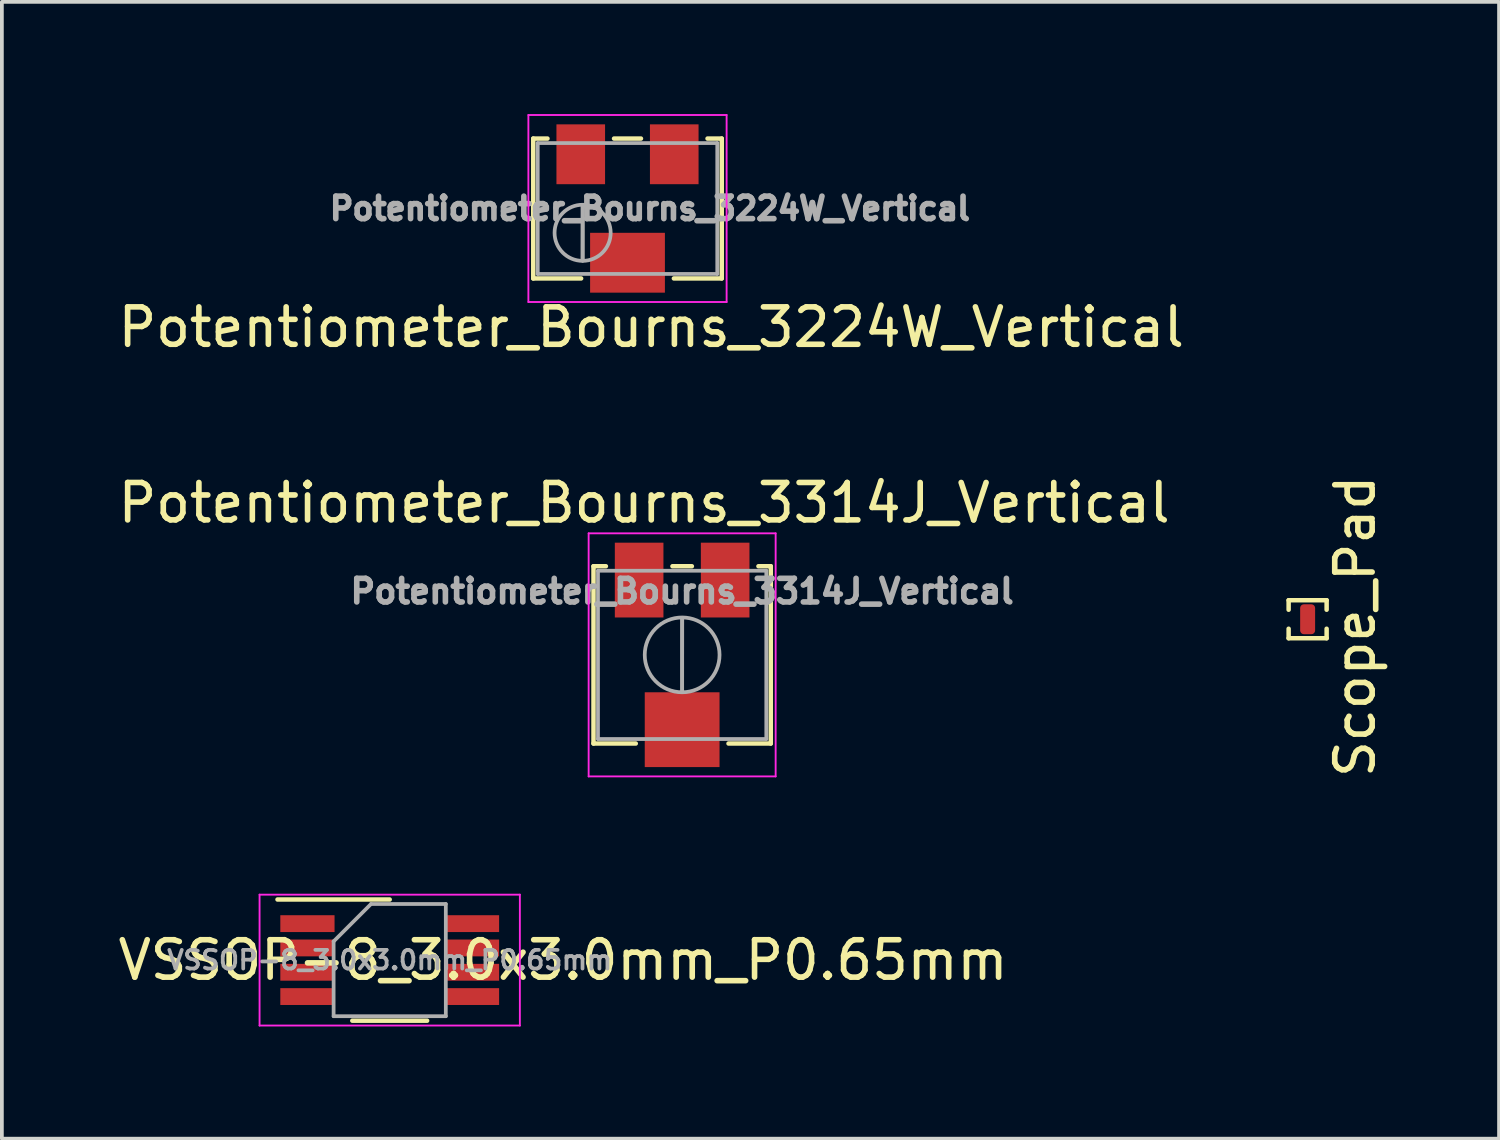
<source format=kicad_pcb>
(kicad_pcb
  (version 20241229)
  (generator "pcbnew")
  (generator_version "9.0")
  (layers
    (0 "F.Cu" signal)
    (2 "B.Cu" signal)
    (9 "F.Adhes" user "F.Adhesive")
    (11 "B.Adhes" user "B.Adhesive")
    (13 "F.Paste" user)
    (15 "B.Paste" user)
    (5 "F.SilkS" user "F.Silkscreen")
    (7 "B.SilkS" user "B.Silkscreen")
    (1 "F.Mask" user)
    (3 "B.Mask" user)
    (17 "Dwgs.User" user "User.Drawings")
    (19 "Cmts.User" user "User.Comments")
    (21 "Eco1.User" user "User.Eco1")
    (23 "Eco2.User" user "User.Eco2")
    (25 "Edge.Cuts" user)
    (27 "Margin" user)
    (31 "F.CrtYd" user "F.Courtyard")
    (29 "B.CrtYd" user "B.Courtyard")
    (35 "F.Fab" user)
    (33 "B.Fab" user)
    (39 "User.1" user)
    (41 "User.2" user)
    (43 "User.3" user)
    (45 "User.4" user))
  (footprint "Scope_Pad"
    (layer "F.Cu")
    (at 31.913 13.761)
    (property "Reference" "Scope_Pad" (at 1.27 -0.064 90) (layer "F.SilkS") (effects (font (size 1 1) (thickness 0.15))))
    (attr smd)
    (fp_line (start -0.508 -0.762) (end -0.508 -0.508) (stroke (width 0.12) (type solid)) (layer "F.SilkS"))
    (fp_line (start -0.508 -0.762) (end 0.508 -0.762) (stroke (width 0.12) (type solid)) (layer "F.SilkS"))
    (fp_line (start -0.508 0.254) (end -0.508 0) (stroke (width 0.12) (type solid)) (layer "F.SilkS"))
    (fp_line (start 0.508 -0.762) (end 0.508 -0.508) (stroke (width 0.12) (type solid)) (layer "F.SilkS"))
    (fp_line (start 0.508 0.254) (end -0.508 0.254) (stroke (width 0.12) (type solid)) (layer "F.SilkS"))
    (fp_line (start 0.508 0.254) (end 0.508 0) (stroke (width 0.12) (type solid)) (layer "F.SilkS"))
    (pad "1" smd roundrect (at 0 -0.254) (size 0.4 0.8) (layers "F.Cu" "F.Mask" "F.Paste") (roundrect_rratio 0.25)))
  (footprint "Potentiometer_Bourns_3224W_Vertical"
    (layer "F.Cu")
    (at 13.728 2.525)
    (property "Reference" "Potentiometer_Bourns_3224W_Vertical" (at 0.635 3.175 180) (layer "F.SilkS") (effects (font (size 1 1) (thickness 0.15))))
    (attr smd)
    (fp_line (start -2.52 -1.87) (end -2.52 1.87) (stroke (width 0.12) (type solid)) (layer "F.SilkS"))
    (fp_line (start -2.52 -1.87) (end -2.14 -1.87) (stroke (width 0.12) (type solid)) (layer "F.SilkS"))
    (fp_line (start -2.52 1.87) (end -1.24 1.87) (stroke (width 0.12) (type solid)) (layer "F.SilkS"))
    (fp_line (start -0.36 -1.87) (end 0.36 -1.87) (stroke (width 0.12) (type solid)) (layer "F.SilkS"))
    (fp_line (start 1.24 1.87) (end 2.52 1.87) (stroke (width 0.12) (type solid)) (layer "F.SilkS"))
    (fp_line (start 2.14 -1.87) (end 2.52 -1.87) (stroke (width 0.12) (type solid)) (layer "F.SilkS"))
    (fp_line (start 2.52 -1.87) (end 2.52 1.87) (stroke (width 0.12) (type solid)) (layer "F.SilkS"))
    (fp_line (start -2.65 -2.5) (end -2.65 2.5) (stroke (width 0.05) (type solid)) (layer "F.CrtYd"))
    (fp_line (start -2.65 2.5) (end 2.65 2.5) (stroke (width 0.05) (type solid)) (layer "F.CrtYd"))
    (fp_line (start 2.65 -2.5) (end -2.65 -2.5) (stroke (width 0.05) (type solid)) (layer "F.CrtYd"))
    (fp_line (start 2.65 2.5) (end 2.65 -2.5) (stroke (width 0.05) (type solid)) (layer "F.CrtYd"))
    (fp_line (start -2.4 -1.75) (end -2.4 1.75) (stroke (width 0.1) (type solid)) (layer "F.Fab"))
    (fp_line (start -2.4 1.75) (end 2.4 1.75) (stroke (width 0.1) (type solid)) (layer "F.Fab"))
    (fp_line (start -1.2 1.393) (end -1.199 -0.092) (stroke (width 0.1) (type solid)) (layer "F.Fab"))
    (fp_line (start -1.2 1.393) (end -1.199 -0.092) (stroke (width 0.1) (type solid)) (layer "F.Fab"))
    (fp_line (start 2.4 -1.75) (end -2.4 -1.75) (stroke (width 0.1) (type solid)) (layer "F.Fab"))
    (fp_line (start 2.4 1.75) (end 2.4 -1.75) (stroke (width 0.1) (type solid)) (layer "F.Fab"))
    (fp_circle (center -1.2 0.65) (end -0.45 0.65) (stroke (width 0.1) (type solid)) (fill no) (layer "F.Fab"))
    (fp_text user "${REFERENCE}" (at 0.6 0 0) (layer "F.Fab") (effects (font (size 0.6 0.6) (thickness 0.15))))
    (pad "1" smd rect (at 1.25 -1.45) (size 1.3 1.6) (layers "F.Cu" "F.Mask" "F.Paste"))
    (pad "2" smd rect (at 0 1.45) (size 2 1.6) (layers "F.Cu" "F.Mask" "F.Paste"))
    (pad "3" smd rect (at -1.25 -1.45) (size 1.3 1.6) (layers "F.Cu" "F.Mask" "F.Paste")))
  (footprint "VSSOP-8_3.0x3.0mm_P0.65mm"
    (layer "F.Cu")
    (at 7.37 22.621)
    (property "Reference" "VSSOP-8_3.0x3.0mm_P0.65mm" (at 4.636 0 0) (layer "F.SilkS") (effects (font (size 1 1) (thickness 0.15))))
    (attr smd)
    (fp_line (start 0 -1.62) (end -3 -1.62) (stroke (width 0.12) (type solid)) (layer "F.SilkS"))
    (fp_line (start 1 1.62) (end -1 1.62) (stroke (width 0.12) (type solid)) (layer "F.SilkS"))
    (fp_line (start -3.48 -1.75) (end 3.48 -1.75) (stroke (width 0.05) (type solid)) (layer "F.CrtYd"))
    (fp_line (start -3.48 1.75) (end -3.48 -1.75) (stroke (width 0.05) (type solid)) (layer "F.CrtYd"))
    (fp_line (start 3.48 -1.75) (end 3.48 1.75) (stroke (width 0.05) (type solid)) (layer "F.CrtYd"))
    (fp_line (start 3.48 1.75) (end -3.48 1.75) (stroke (width 0.05) (type solid)) (layer "F.CrtYd"))
    (fp_line (start -1.5 1.5) (end -1.5 -0.5) (stroke (width 0.1) (type solid)) (layer "F.Fab"))
    (fp_line (start -0.5 -1.5) (end -1.5 -0.5) (stroke (width 0.1) (type solid)) (layer "F.Fab"))
    (fp_line (start -0.5 -1.5) (end 1.5 -1.5) (stroke (width 0.1) (type solid)) (layer "F.Fab"))
    (fp_line (start 1.5 -1.5) (end 1.5 1.5) (stroke (width 0.1) (type solid)) (layer "F.Fab"))
    (fp_line (start 1.5 1.5) (end -1.5 1.5) (stroke (width 0.1) (type solid)) (layer "F.Fab"))
    (fp_text user "${REFERENCE}" (at 0 0 0) (layer "F.Fab") (effects (font (size 0.5 0.5) (thickness 0.1))))
    (pad "1" smd rect (at -2.2 -0.975 270) (size 0.45 1.45) (layers "F.Cu" "F.Mask" "F.Paste"))
    (pad "2" smd rect (at -2.2 -0.325 270) (size 0.45 1.45) (layers "F.Cu" "F.Mask" "F.Paste"))
    (pad "3" smd rect (at -2.2 0.325 270) (size 0.45 1.45) (layers "F.Cu" "F.Mask" "F.Paste"))
    (pad "4" smd rect (at -2.2 0.975 270) (size 0.45 1.45) (layers "F.Cu" "F.Mask" "F.Paste"))
    (pad "5" smd rect (at 2.2 0.975 270) (size 0.45 1.45) (layers "F.Cu" "F.Mask" "F.Paste"))
    (pad "6" smd rect (at 2.2 0.325 270) (size 0.45 1.45) (layers "F.Cu" "F.Mask" "F.Paste"))
    (pad "7" smd rect (at 2.2 -0.325 270) (size 0.45 1.45) (layers "F.Cu" "F.Mask" "F.Paste"))
    (pad "8" smd rect (at 2.2 -0.975 270) (size 0.45 1.45) (layers "F.Cu" "F.Mask" "F.Paste")))
  (footprint "Potentiometer_Bourns_3314J_Vertical"
    (layer "F.Cu")
    (at 15.189 14.46)
    (property "Reference" "Potentiometer_Bourns_3314J_Vertical" (at -1.016 -4.064 0) (layer "F.SilkS") (effects (font (size 1 1) (thickness 0.15))))
    (attr smd)
    (fp_line (start -2.37 -2.37) (end -2.37 2.37) (stroke (width 0.12) (type solid)) (layer "F.SilkS"))
    (fp_line (start -2.37 -2.37) (end -2.039 -2.37) (stroke (width 0.12) (type solid)) (layer "F.SilkS"))
    (fp_line (start -2.37 2.37) (end -1.24 2.37) (stroke (width 0.12) (type solid)) (layer "F.SilkS"))
    (fp_line (start -0.259 -2.37) (end 0.26 -2.37) (stroke (width 0.12) (type solid)) (layer "F.SilkS"))
    (fp_line (start 1.24 2.37) (end 2.37 2.37) (stroke (width 0.12) (type solid)) (layer "F.SilkS"))
    (fp_line (start 2.04 -2.37) (end 2.37 -2.37) (stroke (width 0.12) (type solid)) (layer "F.SilkS"))
    (fp_line (start 2.37 -2.37) (end 2.37 2.37) (stroke (width 0.12) (type solid)) (layer "F.SilkS"))
    (fp_line (start -2.5 -3.25) (end -2.5 3.25) (stroke (width 0.05) (type solid)) (layer "F.CrtYd"))
    (fp_line (start -2.5 3.25) (end 2.5 3.25) (stroke (width 0.05) (type solid)) (layer "F.CrtYd"))
    (fp_line (start 2.5 -3.25) (end -2.5 -3.25) (stroke (width 0.05) (type solid)) (layer "F.CrtYd"))
    (fp_line (start 2.5 3.25) (end 2.5 -3.25) (stroke (width 0.05) (type solid)) (layer "F.CrtYd"))
    (fp_line (start -2.25 -2.25) (end -2.25 2.25) (stroke (width 0.1) (type solid)) (layer "F.Fab"))
    (fp_line (start -2.25 2.25) (end 2.25 2.25) (stroke (width 0.1) (type solid)) (layer "F.Fab"))
    (fp_line (start 0 0.99) (end 0.001 -0.989) (stroke (width 0.1) (type solid)) (layer "F.Fab"))
    (fp_line (start 0 0.99) (end 0.001 -0.989) (stroke (width 0.1) (type solid)) (layer "F.Fab"))
    (fp_line (start 2.25 -2.25) (end -2.25 -2.25) (stroke (width 0.1) (type solid)) (layer "F.Fab"))
    (fp_line (start 2.25 2.25) (end 2.25 -2.25) (stroke (width 0.1) (type solid)) (layer "F.Fab"))
    (fp_circle (center 0 0) (end 1 0) (stroke (width 0.1) (type solid)) (fill no) (layer "F.Fab"))
    (fp_text user "${REFERENCE}" (at 0 -1.7 0) (layer "F.Fab") (effects (font (size 0.63 0.63) (thickness 0.15))))
    (pad "1" smd rect (at 1.15 -2) (size 1.3 2) (layers "F.Cu" "F.Mask" "F.Paste"))
    (pad "2" smd rect (at 0 2) (size 2 2) (layers "F.Cu" "F.Mask" "F.Paste"))
    (pad "3" smd rect (at -1.15 -2) (size 1.3 2) (layers "F.Cu" "F.Mask" "F.Paste")))
  (gr_rect
    (start -3 -3)
    (end 37.031 27.396)
    (stroke (width 0.1) (type default))
    (fill no)
    (layer "Edge.Cuts")))
</source>
